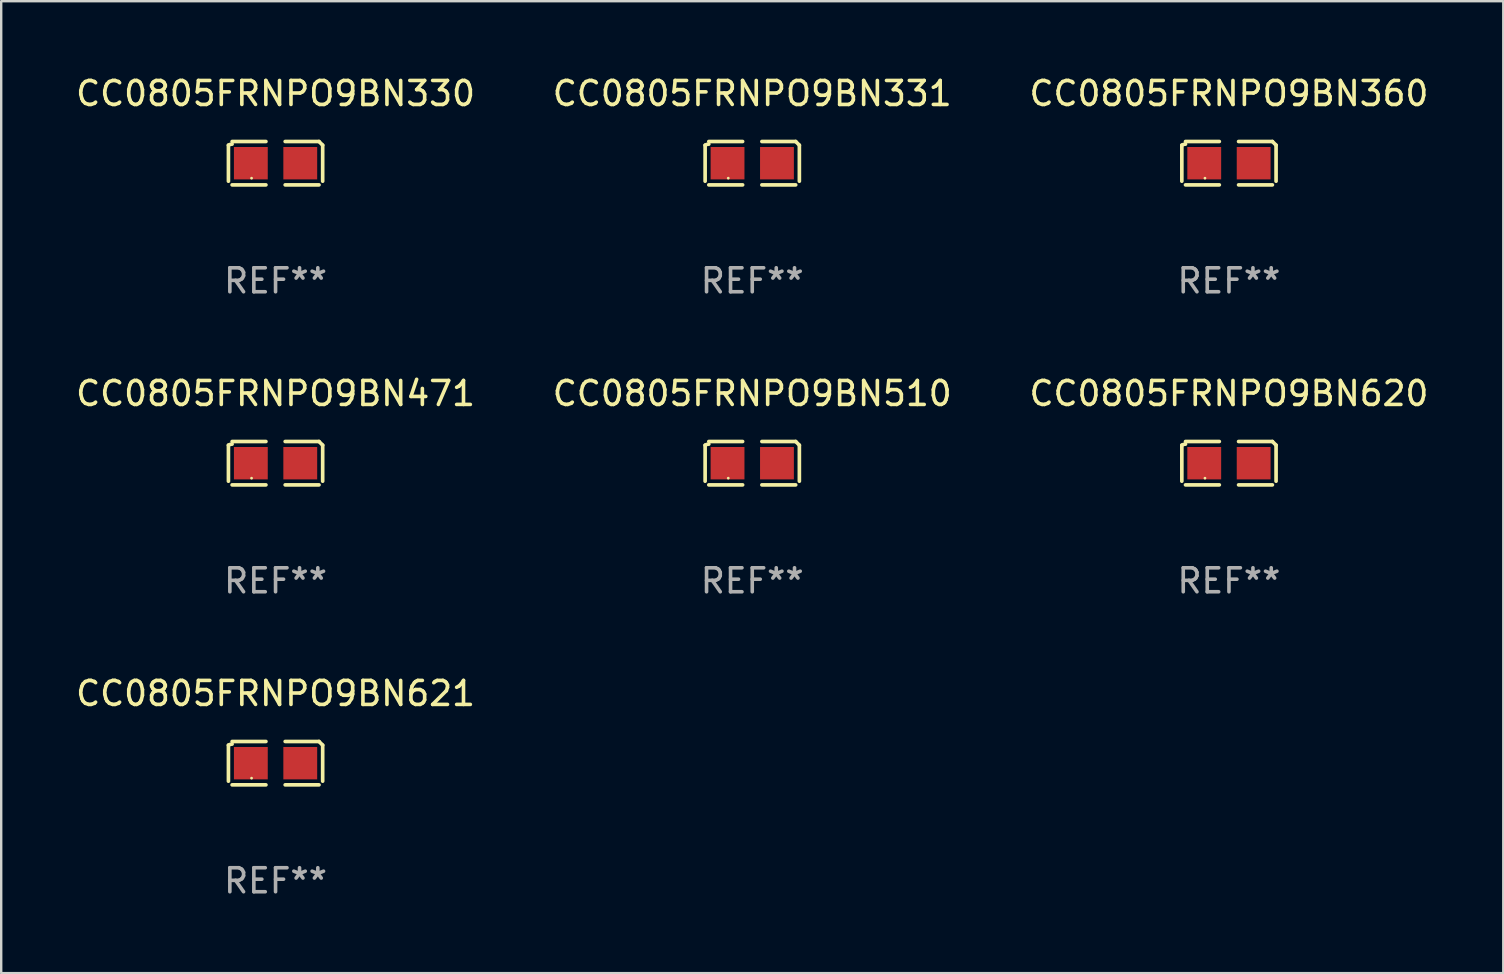
<source format=kicad_pcb>
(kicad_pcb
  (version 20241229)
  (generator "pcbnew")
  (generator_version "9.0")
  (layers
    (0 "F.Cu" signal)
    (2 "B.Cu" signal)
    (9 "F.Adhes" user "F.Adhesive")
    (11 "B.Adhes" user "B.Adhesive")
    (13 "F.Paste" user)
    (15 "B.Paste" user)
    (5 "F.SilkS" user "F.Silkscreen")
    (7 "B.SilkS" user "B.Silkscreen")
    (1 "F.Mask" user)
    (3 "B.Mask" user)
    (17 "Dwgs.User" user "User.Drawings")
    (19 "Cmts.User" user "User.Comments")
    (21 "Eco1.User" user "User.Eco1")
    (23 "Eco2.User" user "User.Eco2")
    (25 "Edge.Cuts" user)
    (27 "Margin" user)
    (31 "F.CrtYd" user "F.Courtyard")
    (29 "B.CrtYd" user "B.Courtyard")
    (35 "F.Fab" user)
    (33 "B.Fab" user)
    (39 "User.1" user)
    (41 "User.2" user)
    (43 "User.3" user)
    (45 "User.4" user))
  (footprint "CC0805FRNPO9BN331"
    (layer "F.Cu")
    (at 28.304 3.752)
    (property "Reference" "CC0805FRNPO9BN331" (at 0 -2.904 0) (layer "F.SilkS") (effects (font (size 1 1) (thickness 0.15))))
    (attr through_hole)
    (fp_line (start -1.964 0.751) (end -1.964 -0.751) (stroke (width 0.152) (type solid)) (layer "F.SilkS"))
    (fp_line (start -1.811 -0.904) (end -0.401 -0.904) (stroke (width 0.152) (type solid)) (layer "F.SilkS"))
    (fp_line (start -0.401 0.904) (end -1.811 0.904) (stroke (width 0.152) (type solid)) (layer "F.SilkS"))
    (fp_line (start 0.401 0.904) (end 1.811 0.904) (stroke (width 0.152) (type solid)) (layer "F.SilkS"))
    (fp_line (start 1.811 -0.904) (end 0.401 -0.904) (stroke (width 0.152) (type solid)) (layer "F.SilkS"))
    (fp_line (start 1.964 0.751) (end 1.964 -0.751) (stroke (width 0.152) (type solid)) (layer "F.SilkS"))
    (fp_arc (start -1.963602 -0.751207) (mid -1.890354 -0.783131) (end -1.811201 -0.794044) (stroke (width 0.1524) (type solid)) (layer "F.SilkS"))
    (fp_arc (start 1.811202 -0.903607) (mid 1.887413 -0.827418) (end 1.963602 -0.751207) (stroke (width 0.1524) (type solid)) (layer "F.SilkS"))
    (fp_circle (center -1 0.625) (end -0.97 0.625) (stroke (width 0.06) (type solid)) (fill no) (layer "F.SilkS"))
    (fp_text user "REF**" (at 0 4.904 0) (layer "F.Fab") (effects (font (size 1 1) (thickness 0.15))))
    (pad "1" smd rect (at -1.03 0) (size 1.41 1.35) (layers "F.Cu" "F.Mask" "F.Paste"))
    (pad "2" smd rect (at 1.03 0) (size 1.41 1.35) (layers "F.Cu" "F.Mask" "F.Paste")))
  (footprint "CC0805FRNPO9BN330"
    (layer "F.Cu")
    (at 8.435 3.752)
    (property "Reference" "CC0805FRNPO9BN330" (at 0 -2.904 0) (layer "F.SilkS") (effects (font (size 1 1) (thickness 0.15))))
    (attr through_hole)
    (fp_line (start -1.964 0.751) (end -1.964 -0.751) (stroke (width 0.152) (type solid)) (layer "F.SilkS"))
    (fp_line (start -1.811 -0.904) (end -0.401 -0.904) (stroke (width 0.152) (type solid)) (layer "F.SilkS"))
    (fp_line (start -0.401 0.904) (end -1.811 0.904) (stroke (width 0.152) (type solid)) (layer "F.SilkS"))
    (fp_line (start 0.401 0.904) (end 1.811 0.904) (stroke (width 0.152) (type solid)) (layer "F.SilkS"))
    (fp_line (start 1.811 -0.904) (end 0.401 -0.904) (stroke (width 0.152) (type solid)) (layer "F.SilkS"))
    (fp_line (start 1.964 0.751) (end 1.964 -0.751) (stroke (width 0.152) (type solid)) (layer "F.SilkS"))
    (fp_arc (start -1.963602 -0.751207) (mid -1.890354 -0.783131) (end -1.811201 -0.794044) (stroke (width 0.1524) (type solid)) (layer "F.SilkS"))
    (fp_arc (start 1.811202 -0.903607) (mid 1.887413 -0.827418) (end 1.963602 -0.751207) (stroke (width 0.1524) (type solid)) (layer "F.SilkS"))
    (fp_circle (center -1 0.625) (end -0.97 0.625) (stroke (width 0.06) (type solid)) (fill no) (layer "F.SilkS"))
    (fp_text user "REF**" (at 0 4.904 0) (layer "F.Fab") (effects (font (size 1 1) (thickness 0.15))))
    (pad "1" smd rect (at -1.03 0) (size 1.41 1.35) (layers "F.Cu" "F.Mask" "F.Paste"))
    (pad "2" smd rect (at 1.03 0) (size 1.41 1.35) (layers "F.Cu" "F.Mask" "F.Paste")))
  (footprint "CC0805FRNPO9BN621"
    (layer "F.Cu")
    (at 8.435 28.759)
    (property "Reference" "CC0805FRNPO9BN621" (at 0 -2.904 0) (layer "F.SilkS") (effects (font (size 1 1) (thickness 0.15))))
    (attr through_hole)
    (fp_line (start -1.964 0.751) (end -1.964 -0.751) (stroke (width 0.152) (type solid)) (layer "F.SilkS"))
    (fp_line (start -1.811 -0.904) (end -0.401 -0.904) (stroke (width 0.152) (type solid)) (layer "F.SilkS"))
    (fp_line (start -0.401 0.904) (end -1.811 0.904) (stroke (width 0.152) (type solid)) (layer "F.SilkS"))
    (fp_line (start 0.401 0.904) (end 1.811 0.904) (stroke (width 0.152) (type solid)) (layer "F.SilkS"))
    (fp_line (start 1.811 -0.904) (end 0.401 -0.904) (stroke (width 0.152) (type solid)) (layer "F.SilkS"))
    (fp_line (start 1.964 0.751) (end 1.964 -0.751) (stroke (width 0.152) (type solid)) (layer "F.SilkS"))
    (fp_arc (start -1.963602 -0.751207) (mid -1.890354 -0.783131) (end -1.811201 -0.794044) (stroke (width 0.1524) (type solid)) (layer "F.SilkS"))
    (fp_arc (start 1.811202 -0.903607) (mid 1.887413 -0.827418) (end 1.963602 -0.751207) (stroke (width 0.1524) (type solid)) (layer "F.SilkS"))
    (fp_circle (center -1 0.625) (end -0.97 0.625) (stroke (width 0.06) (type solid)) (fill no) (layer "F.SilkS"))
    (fp_text user "REF**" (at 0 4.904 0) (layer "F.Fab") (effects (font (size 1 1) (thickness 0.15))))
    (pad "1" smd rect (at -1.03 0) (size 1.41 1.35) (layers "F.Cu" "F.Mask" "F.Paste"))
    (pad "2" smd rect (at 1.03 0) (size 1.41 1.35) (layers "F.Cu" "F.Mask" "F.Paste")))
  (footprint "CC0805FRNPO9BN471"
    (layer "F.Cu")
    (at 8.435 16.256)
    (property "Reference" "CC0805FRNPO9BN471" (at 0 -2.904 0) (layer "F.SilkS") (effects (font (size 1 1) (thickness 0.15))))
    (attr through_hole)
    (fp_line (start -1.964 0.751) (end -1.964 -0.751) (stroke (width 0.152) (type solid)) (layer "F.SilkS"))
    (fp_line (start -1.811 -0.904) (end -0.401 -0.904) (stroke (width 0.152) (type solid)) (layer "F.SilkS"))
    (fp_line (start -0.401 0.904) (end -1.811 0.904) (stroke (width 0.152) (type solid)) (layer "F.SilkS"))
    (fp_line (start 0.401 0.904) (end 1.811 0.904) (stroke (width 0.152) (type solid)) (layer "F.SilkS"))
    (fp_line (start 1.811 -0.904) (end 0.401 -0.904) (stroke (width 0.152) (type solid)) (layer "F.SilkS"))
    (fp_line (start 1.964 0.751) (end 1.964 -0.751) (stroke (width 0.152) (type solid)) (layer "F.SilkS"))
    (fp_arc (start -1.963602 -0.751207) (mid -1.890354 -0.783131) (end -1.811201 -0.794044) (stroke (width 0.1524) (type solid)) (layer "F.SilkS"))
    (fp_arc (start 1.811202 -0.903607) (mid 1.887413 -0.827418) (end 1.963602 -0.751207) (stroke (width 0.1524) (type solid)) (layer "F.SilkS"))
    (fp_circle (center -1 0.625) (end -0.97 0.625) (stroke (width 0.06) (type solid)) (fill no) (layer "F.SilkS"))
    (fp_text user "REF**" (at 0 4.904 0) (layer "F.Fab") (effects (font (size 1 1) (thickness 0.15))))
    (pad "1" smd rect (at -1.03 0) (size 1.41 1.35) (layers "F.Cu" "F.Mask" "F.Paste"))
    (pad "2" smd rect (at 1.03 0) (size 1.41 1.35) (layers "F.Cu" "F.Mask" "F.Paste")))
  (footprint "CC0805FRNPO9BN510"
    (layer "F.Cu")
    (at 28.304 16.256)
    (property "Reference" "CC0805FRNPO9BN510" (at 0 -2.904 0) (layer "F.SilkS") (effects (font (size 1 1) (thickness 0.15))))
    (attr through_hole)
    (fp_line (start -1.964 0.751) (end -1.964 -0.751) (stroke (width 0.152) (type solid)) (layer "F.SilkS"))
    (fp_line (start -1.811 -0.904) (end -0.401 -0.904) (stroke (width 0.152) (type solid)) (layer "F.SilkS"))
    (fp_line (start -0.401 0.904) (end -1.811 0.904) (stroke (width 0.152) (type solid)) (layer "F.SilkS"))
    (fp_line (start 0.401 0.904) (end 1.811 0.904) (stroke (width 0.152) (type solid)) (layer "F.SilkS"))
    (fp_line (start 1.811 -0.904) (end 0.401 -0.904) (stroke (width 0.152) (type solid)) (layer "F.SilkS"))
    (fp_line (start 1.964 0.751) (end 1.964 -0.751) (stroke (width 0.152) (type solid)) (layer "F.SilkS"))
    (fp_arc (start -1.963602 -0.751207) (mid -1.890354 -0.783131) (end -1.811201 -0.794044) (stroke (width 0.1524) (type solid)) (layer "F.SilkS"))
    (fp_arc (start 1.811202 -0.903607) (mid 1.887413 -0.827418) (end 1.963602 -0.751207) (stroke (width 0.1524) (type solid)) (layer "F.SilkS"))
    (fp_circle (center -1 0.625) (end -0.97 0.625) (stroke (width 0.06) (type solid)) (fill no) (layer "F.SilkS"))
    (fp_text user "REF**" (at 0 4.904 0) (layer "F.Fab") (effects (font (size 1 1) (thickness 0.15))))
    (pad "1" smd rect (at -1.03 0) (size 1.41 1.35) (layers "F.Cu" "F.Mask" "F.Paste"))
    (pad "2" smd rect (at 1.03 0) (size 1.41 1.35) (layers "F.Cu" "F.Mask" "F.Paste")))
  (footprint "CC0805FRNPO9BN360"
    (layer "F.Cu")
    (at 48.173 3.752)
    (property "Reference" "CC0805FRNPO9BN360" (at 0 -2.904 0) (layer "F.SilkS") (effects (font (size 1 1) (thickness 0.15))))
    (attr through_hole)
    (fp_line (start -1.964 0.751) (end -1.964 -0.751) (stroke (width 0.152) (type solid)) (layer "F.SilkS"))
    (fp_line (start -1.811 -0.904) (end -0.401 -0.904) (stroke (width 0.152) (type solid)) (layer "F.SilkS"))
    (fp_line (start -0.401 0.904) (end -1.811 0.904) (stroke (width 0.152) (type solid)) (layer "F.SilkS"))
    (fp_line (start 0.401 0.904) (end 1.811 0.904) (stroke (width 0.152) (type solid)) (layer "F.SilkS"))
    (fp_line (start 1.811 -0.904) (end 0.401 -0.904) (stroke (width 0.152) (type solid)) (layer "F.SilkS"))
    (fp_line (start 1.964 0.751) (end 1.964 -0.751) (stroke (width 0.152) (type solid)) (layer "F.SilkS"))
    (fp_arc (start -1.963602 -0.751207) (mid -1.890354 -0.783131) (end -1.811201 -0.794044) (stroke (width 0.1524) (type solid)) (layer "F.SilkS"))
    (fp_arc (start 1.811202 -0.903607) (mid 1.887413 -0.827418) (end 1.963602 -0.751207) (stroke (width 0.1524) (type solid)) (layer "F.SilkS"))
    (fp_circle (center -1 0.625) (end -0.97 0.625) (stroke (width 0.06) (type solid)) (fill no) (layer "F.SilkS"))
    (fp_text user "REF**" (at 0 4.904 0) (layer "F.Fab") (effects (font (size 1 1) (thickness 0.15))))
    (pad "1" smd rect (at -1.03 0) (size 1.41 1.35) (layers "F.Cu" "F.Mask" "F.Paste"))
    (pad "2" smd rect (at 1.03 0) (size 1.41 1.35) (layers "F.Cu" "F.Mask" "F.Paste")))
  (footprint "CC0805FRNPO9BN620"
    (layer "F.Cu")
    (at 48.173 16.256)
    (property "Reference" "CC0805FRNPO9BN620" (at 0 -2.904 0) (layer "F.SilkS") (effects (font (size 1 1) (thickness 0.15))))
    (attr through_hole)
    (fp_line (start -1.964 0.751) (end -1.964 -0.751) (stroke (width 0.152) (type solid)) (layer "F.SilkS"))
    (fp_line (start -1.811 -0.904) (end -0.401 -0.904) (stroke (width 0.152) (type solid)) (layer "F.SilkS"))
    (fp_line (start -0.401 0.904) (end -1.811 0.904) (stroke (width 0.152) (type solid)) (layer "F.SilkS"))
    (fp_line (start 0.401 0.904) (end 1.811 0.904) (stroke (width 0.152) (type solid)) (layer "F.SilkS"))
    (fp_line (start 1.811 -0.904) (end 0.401 -0.904) (stroke (width 0.152) (type solid)) (layer "F.SilkS"))
    (fp_line (start 1.964 0.751) (end 1.964 -0.751) (stroke (width 0.152) (type solid)) (layer "F.SilkS"))
    (fp_arc (start -1.963602 -0.751207) (mid -1.890354 -0.783131) (end -1.811201 -0.794044) (stroke (width 0.1524) (type solid)) (layer "F.SilkS"))
    (fp_arc (start 1.811202 -0.903607) (mid 1.887413 -0.827418) (end 1.963602 -0.751207) (stroke (width 0.1524) (type solid)) (layer "F.SilkS"))
    (fp_circle (center -1 0.625) (end -0.97 0.625) (stroke (width 0.06) (type solid)) (fill no) (layer "F.SilkS"))
    (fp_text user "REF**" (at 0 4.904 0) (layer "F.Fab") (effects (font (size 1 1) (thickness 0.15))))
    (pad "1" smd rect (at -1.03 0) (size 1.41 1.35) (layers "F.Cu" "F.Mask" "F.Paste"))
    (pad "2" smd rect (at 1.03 0) (size 1.41 1.35) (layers "F.Cu" "F.Mask" "F.Paste")))
  (gr_rect
    (start -3 -3)
    (end 59.607 37.511)
    (stroke (width 0.1) (type default))
    (fill no)
    (layer "Edge.Cuts")))
</source>
